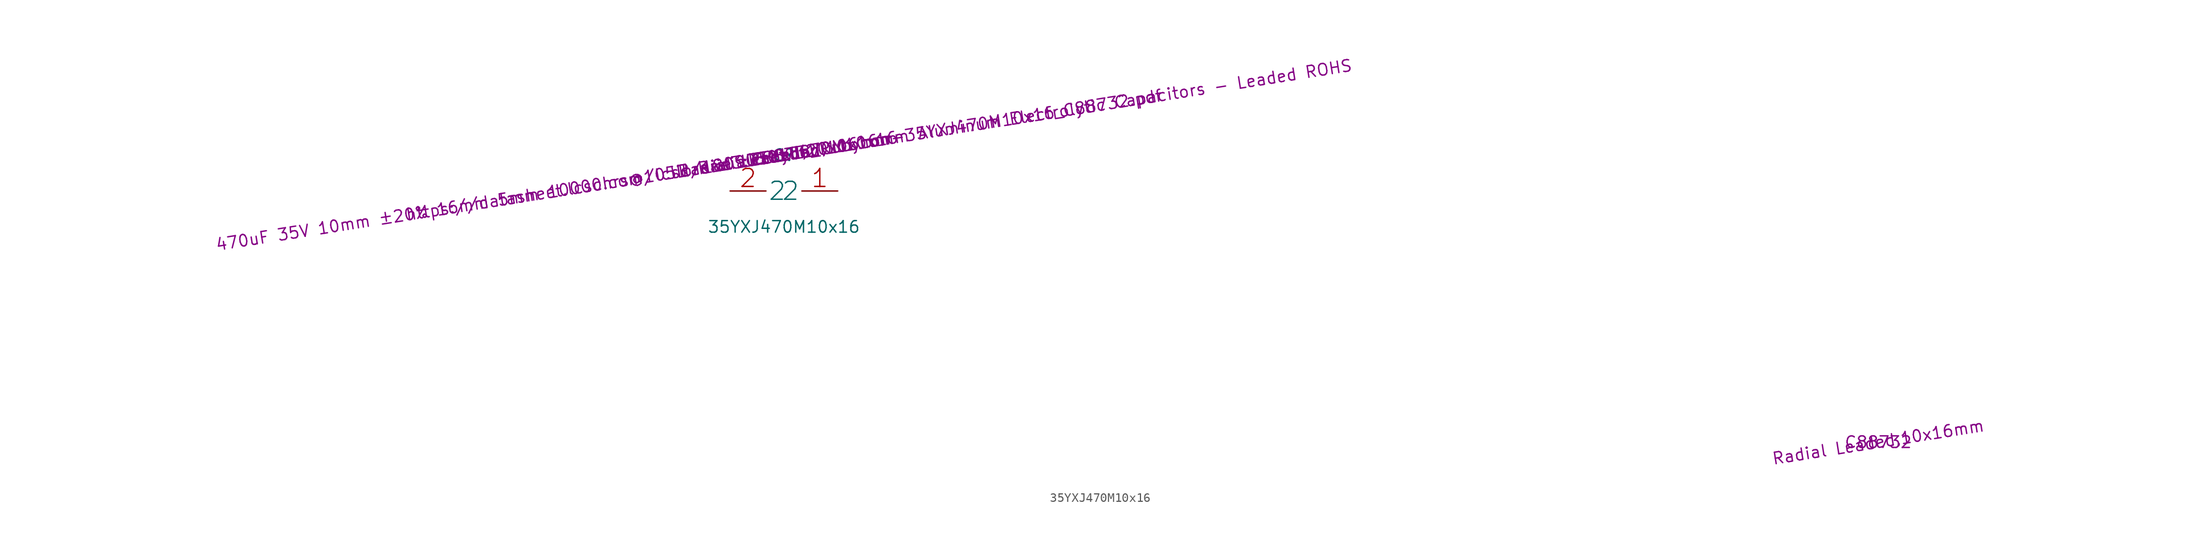
<source format=kicad_sym>
(kicad_symbol_lib
  (version 20211014)
  (generator kicad_symbol_editor)
  (symbol "35YXJ470M10x16"
    (pin_names
      (offset 0.197))
    (property "reference" "C"
      (at 0 3.937 0))
    (property "value" "35YXJ470M10x16"
      (at 0 -3.937 0))
    (property "footprint" "librarie3:35YXJ470M10x16"
      (at 0 3.937 9))
    (property "datasheet" "https://datasheet.lcsc.com/lcsc/1809050158_Rubycon-35YXJ470M10x16_C88732.pdf"
      (at 0 3.937 9))
    (property "LCSC Part Number" "C88732"
      (at 0 3.937 9))
    (property "Manufacturer" "Rubycon"
      (at 0 3.937 9))
    (property "Package" "Radial Leaded,10x16mm"
      (at 0 3.937 9))
    (property "Description" "470uF 35V 10mm ±20% 16mm 5mm 10000hrs@105℃ Radial Leaded,10x16mm Aluminum Electrolytic Capacitors - Leaded ROHS"
      (at 0 3.937 9))
    (property "LCSC Part Number" "C88732"
      (at 120.079 -27.559 0))
    (property "Package" "Radial Leaded,10x16mm"
      (at 120.079 -27.559 9))
    (symbol 35YXJ470M10x16_1_1
      (pin unspecified line (at 5.906 0 180) (length 3.937) (name "2" (effects (font (size 1.969 1.969)))) (number "1" (effects (font (size 1.969 1.969)))))
      (pin unspecified line (at -5.906 0 0) (length 3.937) (name "2" (effects (font (size 1.969 1.969)))) (number "2" (effects (font (size 1.969 1.969))))))))
</source>
